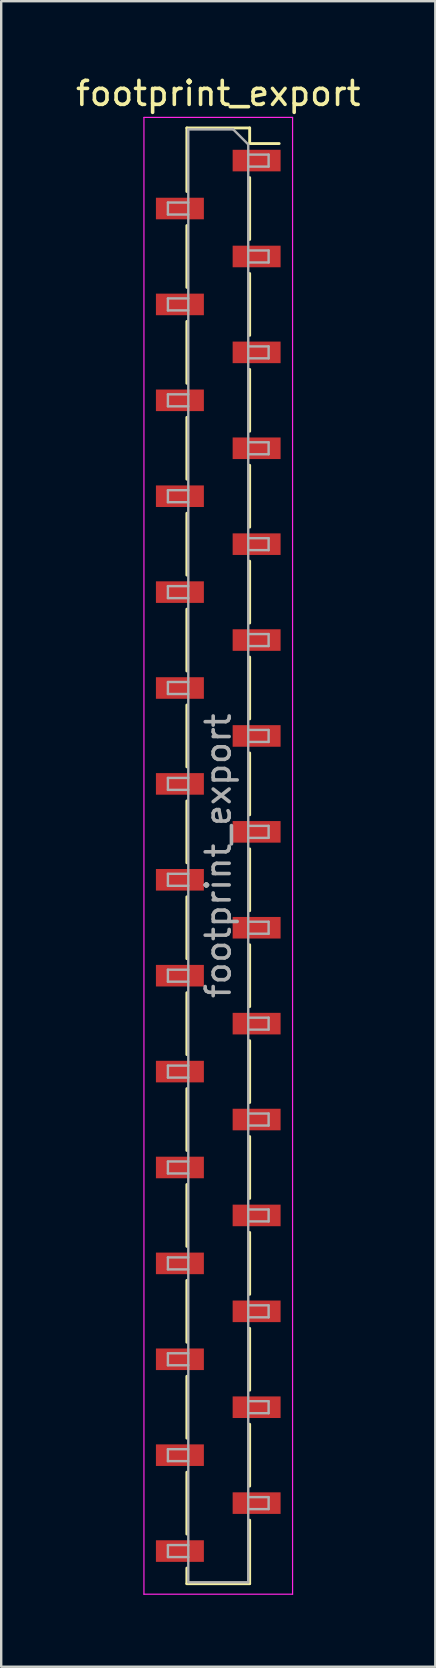
<source format=kicad_pcb>
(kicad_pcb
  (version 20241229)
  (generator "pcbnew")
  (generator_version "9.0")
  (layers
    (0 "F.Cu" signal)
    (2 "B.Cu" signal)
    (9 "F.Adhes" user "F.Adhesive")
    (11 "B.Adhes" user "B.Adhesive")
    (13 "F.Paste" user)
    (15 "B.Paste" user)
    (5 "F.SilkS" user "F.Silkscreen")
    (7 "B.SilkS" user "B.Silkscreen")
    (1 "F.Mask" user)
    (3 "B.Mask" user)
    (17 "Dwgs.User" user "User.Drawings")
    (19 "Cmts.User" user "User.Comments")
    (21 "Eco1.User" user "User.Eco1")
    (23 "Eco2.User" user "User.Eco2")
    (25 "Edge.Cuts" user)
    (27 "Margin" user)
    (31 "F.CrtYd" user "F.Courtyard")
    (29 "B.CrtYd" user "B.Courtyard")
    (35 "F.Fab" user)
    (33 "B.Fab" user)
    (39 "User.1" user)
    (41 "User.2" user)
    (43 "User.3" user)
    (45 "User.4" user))
  (footprint "footprint_export"
    (layer "F.Cu")
    (at 6.054 32.648)
    (property "Reference" "footprint_export" (at 0 -31.8 0) (layer "F.SilkS") (effects (font (size 1 1) (thickness 0.15))))
    (attr smd)
    (fp_line (start -1.31 -30.36) (end -1.31 -27.71) (stroke (width 0.12) (type solid)) (layer "F.SilkS"))
    (fp_line (start -1.31 -30.36) (end 1.31 -30.36) (stroke (width 0.12) (type solid)) (layer "F.SilkS"))
    (fp_line (start -1.31 -26.29) (end -1.31 -23.71) (stroke (width 0.12) (type solid)) (layer "F.SilkS"))
    (fp_line (start -1.31 -22.29) (end -1.31 -19.71) (stroke (width 0.12) (type solid)) (layer "F.SilkS"))
    (fp_line (start -1.31 -18.29) (end -1.31 -15.71) (stroke (width 0.12) (type solid)) (layer "F.SilkS"))
    (fp_line (start -1.31 -14.29) (end -1.31 -11.71) (stroke (width 0.12) (type solid)) (layer "F.SilkS"))
    (fp_line (start -1.31 -10.29) (end -1.31 -7.71) (stroke (width 0.12) (type solid)) (layer "F.SilkS"))
    (fp_line (start -1.31 -6.29) (end -1.31 -3.71) (stroke (width 0.12) (type solid)) (layer "F.SilkS"))
    (fp_line (start -1.31 -2.29) (end -1.31 0.29) (stroke (width 0.12) (type solid)) (layer "F.SilkS"))
    (fp_line (start -1.31 1.71) (end -1.31 4.29) (stroke (width 0.12) (type solid)) (layer "F.SilkS"))
    (fp_line (start -1.31 5.71) (end -1.31 8.29) (stroke (width 0.12) (type solid)) (layer "F.SilkS"))
    (fp_line (start -1.31 9.71) (end -1.31 12.29) (stroke (width 0.12) (type solid)) (layer "F.SilkS"))
    (fp_line (start -1.31 13.71) (end -1.31 16.29) (stroke (width 0.12) (type solid)) (layer "F.SilkS"))
    (fp_line (start -1.31 17.71) (end -1.31 20.29) (stroke (width 0.12) (type solid)) (layer "F.SilkS"))
    (fp_line (start -1.31 21.71) (end -1.31 24.29) (stroke (width 0.12) (type solid)) (layer "F.SilkS"))
    (fp_line (start -1.31 25.71) (end -1.31 28.29) (stroke (width 0.12) (type solid)) (layer "F.SilkS"))
    (fp_line (start -1.31 29.71) (end -1.31 30.36) (stroke (width 0.12) (type solid)) (layer "F.SilkS"))
    (fp_line (start -1.31 30.36) (end 1.31 30.36) (stroke (width 0.12) (type solid)) (layer "F.SilkS"))
    (fp_line (start 1.31 -30.36) (end 1.31 -29.71) (stroke (width 0.12) (type solid)) (layer "F.SilkS"))
    (fp_line (start 1.31 -29.71) (end 2.54 -29.71) (stroke (width 0.12) (type solid)) (layer "F.SilkS"))
    (fp_line (start 1.31 -28.29) (end 1.31 -25.71) (stroke (width 0.12) (type solid)) (layer "F.SilkS"))
    (fp_line (start 1.31 -24.29) (end 1.31 -21.71) (stroke (width 0.12) (type solid)) (layer "F.SilkS"))
    (fp_line (start 1.31 -20.29) (end 1.31 -17.71) (stroke (width 0.12) (type solid)) (layer "F.SilkS"))
    (fp_line (start 1.31 -16.29) (end 1.31 -13.71) (stroke (width 0.12) (type solid)) (layer "F.SilkS"))
    (fp_line (start 1.31 -12.29) (end 1.31 -9.71) (stroke (width 0.12) (type solid)) (layer "F.SilkS"))
    (fp_line (start 1.31 -8.29) (end 1.31 -5.71) (stroke (width 0.12) (type solid)) (layer "F.SilkS"))
    (fp_line (start 1.31 -4.29) (end 1.31 -1.71) (stroke (width 0.12) (type solid)) (layer "F.SilkS"))
    (fp_line (start 1.31 -0.29) (end 1.31 2.29) (stroke (width 0.12) (type solid)) (layer "F.SilkS"))
    (fp_line (start 1.31 3.71) (end 1.31 6.29) (stroke (width 0.12) (type solid)) (layer "F.SilkS"))
    (fp_line (start 1.31 7.71) (end 1.31 10.29) (stroke (width 0.12) (type solid)) (layer "F.SilkS"))
    (fp_line (start 1.31 11.71) (end 1.31 14.29) (stroke (width 0.12) (type solid)) (layer "F.SilkS"))
    (fp_line (start 1.31 15.71) (end 1.31 18.29) (stroke (width 0.12) (type solid)) (layer "F.SilkS"))
    (fp_line (start 1.31 19.71) (end 1.31 22.29) (stroke (width 0.12) (type solid)) (layer "F.SilkS"))
    (fp_line (start 1.31 23.71) (end 1.31 26.29) (stroke (width 0.12) (type solid)) (layer "F.SilkS"))
    (fp_line (start 1.31 27.71) (end 1.31 30.36) (stroke (width 0.12) (type solid)) (layer "F.SilkS"))
    (fp_line (start -3.1 -30.8) (end 3.1 -30.8) (stroke (width 0.05) (type solid)) (layer "F.CrtYd"))
    (fp_line (start -3.1 30.8) (end -3.1 -30.8) (stroke (width 0.05) (type solid)) (layer "F.CrtYd"))
    (fp_line (start 3.1 -30.8) (end 3.1 30.8) (stroke (width 0.05) (type solid)) (layer "F.CrtYd"))
    (fp_line (start 3.1 30.8) (end -3.1 30.8) (stroke (width 0.05) (type solid)) (layer "F.CrtYd"))
    (fp_line (start -2.1 -27.25) (end -1.25 -27.25) (stroke (width 0.1) (type solid)) (layer "F.Fab"))
    (fp_line (start -2.1 -26.75) (end -2.1 -27.25) (stroke (width 0.1) (type solid)) (layer "F.Fab"))
    (fp_line (start -2.1 -23.25) (end -1.25 -23.25) (stroke (width 0.1) (type solid)) (layer "F.Fab"))
    (fp_line (start -2.1 -22.75) (end -2.1 -23.25) (stroke (width 0.1) (type solid)) (layer "F.Fab"))
    (fp_line (start -2.1 -19.25) (end -1.25 -19.25) (stroke (width 0.1) (type solid)) (layer "F.Fab"))
    (fp_line (start -2.1 -18.75) (end -2.1 -19.25) (stroke (width 0.1) (type solid)) (layer "F.Fab"))
    (fp_line (start -2.1 -15.25) (end -1.25 -15.25) (stroke (width 0.1) (type solid)) (layer "F.Fab"))
    (fp_line (start -2.1 -14.75) (end -2.1 -15.25) (stroke (width 0.1) (type solid)) (layer "F.Fab"))
    (fp_line (start -2.1 -11.25) (end -1.25 -11.25) (stroke (width 0.1) (type solid)) (layer "F.Fab"))
    (fp_line (start -2.1 -10.75) (end -2.1 -11.25) (stroke (width 0.1) (type solid)) (layer "F.Fab"))
    (fp_line (start -2.1 -7.25) (end -1.25 -7.25) (stroke (width 0.1) (type solid)) (layer "F.Fab"))
    (fp_line (start -2.1 -6.75) (end -2.1 -7.25) (stroke (width 0.1) (type solid)) (layer "F.Fab"))
    (fp_line (start -2.1 -3.25) (end -1.25 -3.25) (stroke (width 0.1) (type solid)) (layer "F.Fab"))
    (fp_line (start -2.1 -2.75) (end -2.1 -3.25) (stroke (width 0.1) (type solid)) (layer "F.Fab"))
    (fp_line (start -2.1 0.75) (end -1.25 0.75) (stroke (width 0.1) (type solid)) (layer "F.Fab"))
    (fp_line (start -2.1 1.25) (end -2.1 0.75) (stroke (width 0.1) (type solid)) (layer "F.Fab"))
    (fp_line (start -2.1 4.75) (end -1.25 4.75) (stroke (width 0.1) (type solid)) (layer "F.Fab"))
    (fp_line (start -2.1 5.25) (end -2.1 4.75) (stroke (width 0.1) (type solid)) (layer "F.Fab"))
    (fp_line (start -2.1 8.75) (end -1.25 8.75) (stroke (width 0.1) (type solid)) (layer "F.Fab"))
    (fp_line (start -2.1 9.25) (end -2.1 8.75) (stroke (width 0.1) (type solid)) (layer "F.Fab"))
    (fp_line (start -2.1 12.75) (end -1.25 12.75) (stroke (width 0.1) (type solid)) (layer "F.Fab"))
    (fp_line (start -2.1 13.25) (end -2.1 12.75) (stroke (width 0.1) (type solid)) (layer "F.Fab"))
    (fp_line (start -2.1 16.75) (end -1.25 16.75) (stroke (width 0.1) (type solid)) (layer "F.Fab"))
    (fp_line (start -2.1 17.25) (end -2.1 16.75) (stroke (width 0.1) (type solid)) (layer "F.Fab"))
    (fp_line (start -2.1 20.75) (end -1.25 20.75) (stroke (width 0.1) (type solid)) (layer "F.Fab"))
    (fp_line (start -2.1 21.25) (end -2.1 20.75) (stroke (width 0.1) (type solid)) (layer "F.Fab"))
    (fp_line (start -2.1 24.75) (end -1.25 24.75) (stroke (width 0.1) (type solid)) (layer "F.Fab"))
    (fp_line (start -2.1 25.25) (end -2.1 24.75) (stroke (width 0.1) (type solid)) (layer "F.Fab"))
    (fp_line (start -2.1 28.75) (end -1.25 28.75) (stroke (width 0.1) (type solid)) (layer "F.Fab"))
    (fp_line (start -2.1 29.25) (end -2.1 28.75) (stroke (width 0.1) (type solid)) (layer "F.Fab"))
    (fp_line (start -1.25 -30.3) (end 0.625 -30.3) (stroke (width 0.1) (type solid)) (layer "F.Fab"))
    (fp_line (start -1.25 -26.75) (end -2.1 -26.75) (stroke (width 0.1) (type solid)) (layer "F.Fab"))
    (fp_line (start -1.25 -22.75) (end -2.1 -22.75) (stroke (width 0.1) (type solid)) (layer "F.Fab"))
    (fp_line (start -1.25 -18.75) (end -2.1 -18.75) (stroke (width 0.1) (type solid)) (layer "F.Fab"))
    (fp_line (start -1.25 -14.75) (end -2.1 -14.75) (stroke (width 0.1) (type solid)) (layer "F.Fab"))
    (fp_line (start -1.25 -10.75) (end -2.1 -10.75) (stroke (width 0.1) (type solid)) (layer "F.Fab"))
    (fp_line (start -1.25 -6.75) (end -2.1 -6.75) (stroke (width 0.1) (type solid)) (layer "F.Fab"))
    (fp_line (start -1.25 -2.75) (end -2.1 -2.75) (stroke (width 0.1) (type solid)) (layer "F.Fab"))
    (fp_line (start -1.25 1.25) (end -2.1 1.25) (stroke (width 0.1) (type solid)) (layer "F.Fab"))
    (fp_line (start -1.25 5.25) (end -2.1 5.25) (stroke (width 0.1) (type solid)) (layer "F.Fab"))
    (fp_line (start -1.25 9.25) (end -2.1 9.25) (stroke (width 0.1) (type solid)) (layer "F.Fab"))
    (fp_line (start -1.25 13.25) (end -2.1 13.25) (stroke (width 0.1) (type solid)) (layer "F.Fab"))
    (fp_line (start -1.25 17.25) (end -2.1 17.25) (stroke (width 0.1) (type solid)) (layer "F.Fab"))
    (fp_line (start -1.25 21.25) (end -2.1 21.25) (stroke (width 0.1) (type solid)) (layer "F.Fab"))
    (fp_line (start -1.25 25.25) (end -2.1 25.25) (stroke (width 0.1) (type solid)) (layer "F.Fab"))
    (fp_line (start -1.25 29.25) (end -2.1 29.25) (stroke (width 0.1) (type solid)) (layer "F.Fab"))
    (fp_line (start -1.25 30.3) (end -1.25 -30.3) (stroke (width 0.1) (type solid)) (layer "F.Fab"))
    (fp_line (start 0.625 -30.3) (end 1.25 -29.675) (stroke (width 0.1) (type solid)) (layer "F.Fab"))
    (fp_line (start 1.25 -29.675) (end 1.25 30.3) (stroke (width 0.1) (type solid)) (layer "F.Fab"))
    (fp_line (start 1.25 -29.25) (end 2.1 -29.25) (stroke (width 0.1) (type solid)) (layer "F.Fab"))
    (fp_line (start 1.25 -25.25) (end 2.1 -25.25) (stroke (width 0.1) (type solid)) (layer "F.Fab"))
    (fp_line (start 1.25 -21.25) (end 2.1 -21.25) (stroke (width 0.1) (type solid)) (layer "F.Fab"))
    (fp_line (start 1.25 -17.25) (end 2.1 -17.25) (stroke (width 0.1) (type solid)) (layer "F.Fab"))
    (fp_line (start 1.25 -13.25) (end 2.1 -13.25) (stroke (width 0.1) (type solid)) (layer "F.Fab"))
    (fp_line (start 1.25 -9.25) (end 2.1 -9.25) (stroke (width 0.1) (type solid)) (layer "F.Fab"))
    (fp_line (start 1.25 -5.25) (end 2.1 -5.25) (stroke (width 0.1) (type solid)) (layer "F.Fab"))
    (fp_line (start 1.25 -1.25) (end 2.1 -1.25) (stroke (width 0.1) (type solid)) (layer "F.Fab"))
    (fp_line (start 1.25 2.75) (end 2.1 2.75) (stroke (width 0.1) (type solid)) (layer "F.Fab"))
    (fp_line (start 1.25 6.75) (end 2.1 6.75) (stroke (width 0.1) (type solid)) (layer "F.Fab"))
    (fp_line (start 1.25 10.75) (end 2.1 10.75) (stroke (width 0.1) (type solid)) (layer "F.Fab"))
    (fp_line (start 1.25 14.75) (end 2.1 14.75) (stroke (width 0.1) (type solid)) (layer "F.Fab"))
    (fp_line (start 1.25 18.75) (end 2.1 18.75) (stroke (width 0.1) (type solid)) (layer "F.Fab"))
    (fp_line (start 1.25 22.75) (end 2.1 22.75) (stroke (width 0.1) (type solid)) (layer "F.Fab"))
    (fp_line (start 1.25 26.75) (end 2.1 26.75) (stroke (width 0.1) (type solid)) (layer "F.Fab"))
    (fp_line (start 1.25 30.3) (end -1.25 30.3) (stroke (width 0.1) (type solid)) (layer "F.Fab"))
    (fp_line (start 2.1 -29.25) (end 2.1 -28.75) (stroke (width 0.1) (type solid)) (layer "F.Fab"))
    (fp_line (start 2.1 -28.75) (end 1.25 -28.75) (stroke (width 0.1) (type solid)) (layer "F.Fab"))
    (fp_line (start 2.1 -25.25) (end 2.1 -24.75) (stroke (width 0.1) (type solid)) (layer "F.Fab"))
    (fp_line (start 2.1 -24.75) (end 1.25 -24.75) (stroke (width 0.1) (type solid)) (layer "F.Fab"))
    (fp_line (start 2.1 -21.25) (end 2.1 -20.75) (stroke (width 0.1) (type solid)) (layer "F.Fab"))
    (fp_line (start 2.1 -20.75) (end 1.25 -20.75) (stroke (width 0.1) (type solid)) (layer "F.Fab"))
    (fp_line (start 2.1 -17.25) (end 2.1 -16.75) (stroke (width 0.1) (type solid)) (layer "F.Fab"))
    (fp_line (start 2.1 -16.75) (end 1.25 -16.75) (stroke (width 0.1) (type solid)) (layer "F.Fab"))
    (fp_line (start 2.1 -13.25) (end 2.1 -12.75) (stroke (width 0.1) (type solid)) (layer "F.Fab"))
    (fp_line (start 2.1 -12.75) (end 1.25 -12.75) (stroke (width 0.1) (type solid)) (layer "F.Fab"))
    (fp_line (start 2.1 -9.25) (end 2.1 -8.75) (stroke (width 0.1) (type solid)) (layer "F.Fab"))
    (fp_line (start 2.1 -8.75) (end 1.25 -8.75) (stroke (width 0.1) (type solid)) (layer "F.Fab"))
    (fp_line (start 2.1 -5.25) (end 2.1 -4.75) (stroke (width 0.1) (type solid)) (layer "F.Fab"))
    (fp_line (start 2.1 -4.75) (end 1.25 -4.75) (stroke (width 0.1) (type solid)) (layer "F.Fab"))
    (fp_line (start 2.1 -1.25) (end 2.1 -0.75) (stroke (width 0.1) (type solid)) (layer "F.Fab"))
    (fp_line (start 2.1 -0.75) (end 1.25 -0.75) (stroke (width 0.1) (type solid)) (layer "F.Fab"))
    (fp_line (start 2.1 2.75) (end 2.1 3.25) (stroke (width 0.1) (type solid)) (layer "F.Fab"))
    (fp_line (start 2.1 3.25) (end 1.25 3.25) (stroke (width 0.1) (type solid)) (layer "F.Fab"))
    (fp_line (start 2.1 6.75) (end 2.1 7.25) (stroke (width 0.1) (type solid)) (layer "F.Fab"))
    (fp_line (start 2.1 7.25) (end 1.25 7.25) (stroke (width 0.1) (type solid)) (layer "F.Fab"))
    (fp_line (start 2.1 10.75) (end 2.1 11.25) (stroke (width 0.1) (type solid)) (layer "F.Fab"))
    (fp_line (start 2.1 11.25) (end 1.25 11.25) (stroke (width 0.1) (type solid)) (layer "F.Fab"))
    (fp_line (start 2.1 14.75) (end 2.1 15.25) (stroke (width 0.1) (type solid)) (layer "F.Fab"))
    (fp_line (start 2.1 15.25) (end 1.25 15.25) (stroke (width 0.1) (type solid)) (layer "F.Fab"))
    (fp_line (start 2.1 18.75) (end 2.1 19.25) (stroke (width 0.1) (type solid)) (layer "F.Fab"))
    (fp_line (start 2.1 19.25) (end 1.25 19.25) (stroke (width 0.1) (type solid)) (layer "F.Fab"))
    (fp_line (start 2.1 22.75) (end 2.1 23.25) (stroke (width 0.1) (type solid)) (layer "F.Fab"))
    (fp_line (start 2.1 23.25) (end 1.25 23.25) (stroke (width 0.1) (type solid)) (layer "F.Fab"))
    (fp_line (start 2.1 26.75) (end 2.1 27.25) (stroke (width 0.1) (type solid)) (layer "F.Fab"))
    (fp_line (start 2.1 27.25) (end 1.25 27.25) (stroke (width 0.1) (type solid)) (layer "F.Fab"))
    (fp_text user "${REFERENCE}" (at 0 0 90) (layer "F.Fab") (effects (font (size 1 1) (thickness 0.15))))
    (pad "1" smd rect (at 1.6 -29) (size 2 0.9) (layers "F.Cu" "F.Mask" "F.Paste"))
    (pad "2" smd rect (at -1.6 -27) (size 2 0.9) (layers "F.Cu" "F.Mask" "F.Paste"))
    (pad "3" smd rect (at 1.6 -25) (size 2 0.9) (layers "F.Cu" "F.Mask" "F.Paste"))
    (pad "4" smd rect (at -1.6 -23) (size 2 0.9) (layers "F.Cu" "F.Mask" "F.Paste"))
    (pad "5" smd rect (at 1.6 -21) (size 2 0.9) (layers "F.Cu" "F.Mask" "F.Paste"))
    (pad "6" smd rect (at -1.6 -19) (size 2 0.9) (layers "F.Cu" "F.Mask" "F.Paste"))
    (pad "7" smd rect (at 1.6 -17) (size 2 0.9) (layers "F.Cu" "F.Mask" "F.Paste"))
    (pad "8" smd rect (at -1.6 -15) (size 2 0.9) (layers "F.Cu" "F.Mask" "F.Paste"))
    (pad "9" smd rect (at 1.6 -13) (size 2 0.9) (layers "F.Cu" "F.Mask" "F.Paste"))
    (pad "10" smd rect (at -1.6 -11) (size 2 0.9) (layers "F.Cu" "F.Mask" "F.Paste"))
    (pad "11" smd rect (at 1.6 -9) (size 2 0.9) (layers "F.Cu" "F.Mask" "F.Paste"))
    (pad "12" smd rect (at -1.6 -7) (size 2 0.9) (layers "F.Cu" "F.Mask" "F.Paste"))
    (pad "13" smd rect (at 1.6 -5) (size 2 0.9) (layers "F.Cu" "F.Mask" "F.Paste"))
    (pad "14" smd rect (at -1.6 -3) (size 2 0.9) (layers "F.Cu" "F.Mask" "F.Paste"))
    (pad "15" smd rect (at 1.6 -1) (size 2 0.9) (layers "F.Cu" "F.Mask" "F.Paste"))
    (pad "16" smd rect (at -1.6 1) (size 2 0.9) (layers "F.Cu" "F.Mask" "F.Paste"))
    (pad "17" smd rect (at 1.6 3) (size 2 0.9) (layers "F.Cu" "F.Mask" "F.Paste"))
    (pad "18" smd rect (at -1.6 5) (size 2 0.9) (layers "F.Cu" "F.Mask" "F.Paste"))
    (pad "19" smd rect (at 1.6 7) (size 2 0.9) (layers "F.Cu" "F.Mask" "F.Paste"))
    (pad "20" smd rect (at -1.6 9) (size 2 0.9) (layers "F.Cu" "F.Mask" "F.Paste"))
    (pad "21" smd rect (at 1.6 11) (size 2 0.9) (layers "F.Cu" "F.Mask" "F.Paste"))
    (pad "22" smd rect (at -1.6 13) (size 2 0.9) (layers "F.Cu" "F.Mask" "F.Paste"))
    (pad "23" smd rect (at 1.6 15) (size 2 0.9) (layers "F.Cu" "F.Mask" "F.Paste"))
    (pad "24" smd rect (at -1.6 17) (size 2 0.9) (layers "F.Cu" "F.Mask" "F.Paste"))
    (pad "25" smd rect (at 1.6 19) (size 2 0.9) (layers "F.Cu" "F.Mask" "F.Paste"))
    (pad "26" smd rect (at -1.6 21) (size 2 0.9) (layers "F.Cu" "F.Mask" "F.Paste"))
    (pad "27" smd rect (at 1.6 23) (size 2 0.9) (layers "F.Cu" "F.Mask" "F.Paste"))
    (pad "28" smd rect (at -1.6 25) (size 2 0.9) (layers "F.Cu" "F.Mask" "F.Paste"))
    (pad "29" smd rect (at 1.6 27) (size 2 0.9) (layers "F.Cu" "F.Mask" "F.Paste"))
    (pad "30" smd rect (at -1.6 29) (size 2 0.9) (layers "F.Cu" "F.Mask" "F.Paste")))
  (gr_rect
    (start -3 -3)
    (end 15.107 66.473)
    (stroke (width 0.1) (type default))
    (fill no)
    (layer "Edge.Cuts")))
</source>
